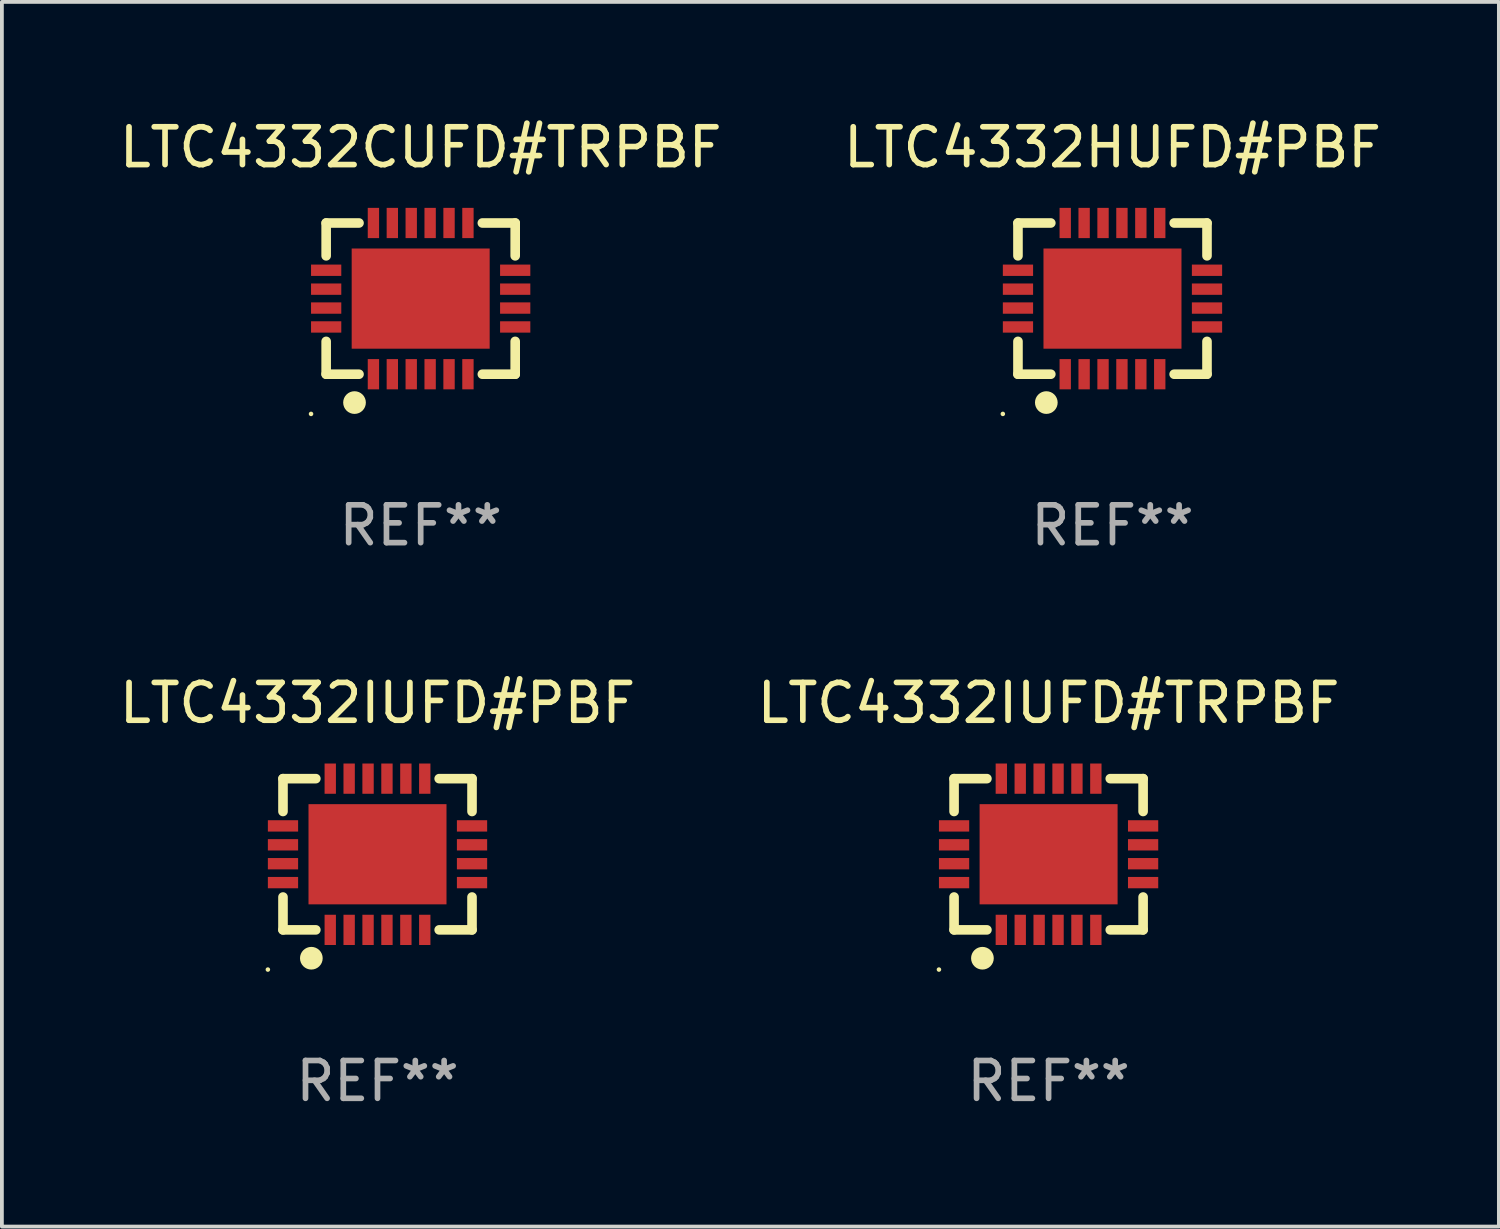
<source format=kicad_pcb>
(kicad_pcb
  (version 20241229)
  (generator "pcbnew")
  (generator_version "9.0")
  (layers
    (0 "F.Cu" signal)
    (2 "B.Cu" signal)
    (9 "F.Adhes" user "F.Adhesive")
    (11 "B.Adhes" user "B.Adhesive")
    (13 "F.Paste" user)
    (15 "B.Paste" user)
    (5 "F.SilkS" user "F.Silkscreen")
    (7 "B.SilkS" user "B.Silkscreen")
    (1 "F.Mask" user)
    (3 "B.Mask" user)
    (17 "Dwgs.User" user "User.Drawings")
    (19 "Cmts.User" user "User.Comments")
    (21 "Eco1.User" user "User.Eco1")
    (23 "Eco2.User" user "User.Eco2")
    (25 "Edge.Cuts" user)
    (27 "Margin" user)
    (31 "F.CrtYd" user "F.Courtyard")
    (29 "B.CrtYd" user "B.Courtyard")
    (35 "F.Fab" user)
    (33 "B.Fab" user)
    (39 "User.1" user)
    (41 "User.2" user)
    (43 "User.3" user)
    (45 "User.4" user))
  (footprint "LTC4332HUFD#PBF"
    (layer "F.Cu")
    (at 26.375 4.848)
    (property "Reference" "LTC4332HUFD#PBF" (at 0 -4 0) (layer "F.SilkS") (effects (font (size 1 1) (thickness 0.15))))
    (attr through_hole)
    (fp_line (start -2.5 -2) (end -1.631 -2) (stroke (width 0.254) (type solid)) (layer "F.SilkS"))
    (fp_line (start -2.5 -1.131) (end -2.5 -2) (stroke (width 0.254) (type solid)) (layer "F.SilkS"))
    (fp_line (start -2.5 2) (end -2.5 1.131) (stroke (width 0.254) (type solid)) (layer "F.SilkS"))
    (fp_line (start -1.631 2) (end -2.5 2) (stroke (width 0.254) (type solid)) (layer "F.SilkS"))
    (fp_line (start 1.631 -2) (end 2.5 -2) (stroke (width 0.254) (type solid)) (layer "F.SilkS"))
    (fp_line (start 2.5 -2) (end 2.5 -1.131) (stroke (width 0.254) (type solid)) (layer "F.SilkS"))
    (fp_line (start 2.5 1.131) (end 2.5 2) (stroke (width 0.254) (type solid)) (layer "F.SilkS"))
    (fp_line (start 2.5 2) (end 1.631 2) (stroke (width 0.254) (type solid)) (layer "F.SilkS"))
    (fp_circle (center -2.9 3.05) (end -2.87 3.05) (stroke (width 0.06) (type solid)) (fill no) (layer "F.SilkS"))
    (fp_circle (center -1.75 2.75) (end -1.6 2.75) (stroke (width 0.3) (type solid)) (fill no) (layer "F.SilkS"))
    (fp_text user "REF**" (at 0 6 0) (layer "F.Fab") (effects (font (size 1 1) (thickness 0.15))))
    (pad "1" smd rect (at -1.25 2 90) (size 0.8 0.3) (layers "F.Cu" "F.Mask" "F.Paste"))
    (pad "2" smd rect (at -0.75 2 90) (size 0.8 0.3) (layers "F.Cu" "F.Mask" "F.Paste"))
    (pad "3" smd rect (at -0.25 2 90) (size 0.8 0.3) (layers "F.Cu" "F.Mask" "F.Paste"))
    (pad "4" smd rect (at 0.25 2 90) (size 0.8 0.3) (layers "F.Cu" "F.Mask" "F.Paste"))
    (pad "5" smd rect (at 0.75 2 90) (size 0.8 0.3) (layers "F.Cu" "F.Mask" "F.Paste"))
    (pad "6" smd rect (at 1.25 2 90) (size 0.8 0.3) (layers "F.Cu" "F.Mask" "F.Paste"))
    (pad "7" smd rect (at 2.5 0.75 180) (size 0.8 0.3) (layers "F.Cu" "F.Mask" "F.Paste"))
    (pad "8" smd rect (at 2.5 0.25 180) (size 0.8 0.3) (layers "F.Cu" "F.Mask" "F.Paste"))
    (pad "9" smd rect (at 2.5 -0.25 180) (size 0.8 0.3) (layers "F.Cu" "F.Mask" "F.Paste"))
    (pad "10" smd rect (at 2.5 -0.75 180) (size 0.8 0.3) (layers "F.Cu" "F.Mask" "F.Paste"))
    (pad "11" smd rect (at 1.25 -2 270) (size 0.8 0.3) (layers "F.Cu" "F.Mask" "F.Paste"))
    (pad "12" smd rect (at 0.75 -2 270) (size 0.8 0.3) (layers "F.Cu" "F.Mask" "F.Paste"))
    (pad "13" smd rect (at 0.25 -2 270) (size 0.8 0.3) (layers "F.Cu" "F.Mask" "F.Paste"))
    (pad "14" smd rect (at -0.25 -2 270) (size 0.8 0.3) (layers "F.Cu" "F.Mask" "F.Paste"))
    (pad "15" smd rect (at -0.75 -2 270) (size 0.8 0.3) (layers "F.Cu" "F.Mask" "F.Paste"))
    (pad "16" smd rect (at -1.25 -2 270) (size 0.8 0.3) (layers "F.Cu" "F.Mask" "F.Paste"))
    (pad "17" smd rect (at -2.5 -0.75) (size 0.8 0.3) (layers "F.Cu" "F.Mask" "F.Paste"))
    (pad "18" smd rect (at -2.5 -0.25) (size 0.8 0.3) (layers "F.Cu" "F.Mask" "F.Paste"))
    (pad "19" smd rect (at -2.5 0.25) (size 0.8 0.3) (layers "F.Cu" "F.Mask" "F.Paste"))
    (pad "20" smd rect (at -2.5 0.75) (size 0.8 0.3) (layers "F.Cu" "F.Mask" "F.Paste"))
    (pad "21" smd rect (at 0 0) (size 3.65 2.65) (layers "F.Cu" "F.Mask" "F.Paste")))
  (footprint "LTC4332IUFD#TRPBF"
    (layer "F.Cu")
    (at 24.685 19.545)
    (property "Reference" "LTC4332IUFD#TRPBF" (at 0 -4 0) (layer "F.SilkS") (effects (font (size 1 1) (thickness 0.15))))
    (attr through_hole)
    (fp_line (start -2.5 -2) (end -1.631 -2) (stroke (width 0.254) (type solid)) (layer "F.SilkS"))
    (fp_line (start -2.5 -1.131) (end -2.5 -2) (stroke (width 0.254) (type solid)) (layer "F.SilkS"))
    (fp_line (start -2.5 2) (end -2.5 1.131) (stroke (width 0.254) (type solid)) (layer "F.SilkS"))
    (fp_line (start -1.631 2) (end -2.5 2) (stroke (width 0.254) (type solid)) (layer "F.SilkS"))
    (fp_line (start 1.631 -2) (end 2.5 -2) (stroke (width 0.254) (type solid)) (layer "F.SilkS"))
    (fp_line (start 2.5 -2) (end 2.5 -1.131) (stroke (width 0.254) (type solid)) (layer "F.SilkS"))
    (fp_line (start 2.5 1.131) (end 2.5 2) (stroke (width 0.254) (type solid)) (layer "F.SilkS"))
    (fp_line (start 2.5 2) (end 1.631 2) (stroke (width 0.254) (type solid)) (layer "F.SilkS"))
    (fp_circle (center -2.9 3.05) (end -2.87 3.05) (stroke (width 0.06) (type solid)) (fill no) (layer "F.SilkS"))
    (fp_circle (center -1.75 2.75) (end -1.6 2.75) (stroke (width 0.3) (type solid)) (fill no) (layer "F.SilkS"))
    (fp_text user "REF**" (at 0 6 0) (layer "F.Fab") (effects (font (size 1 1) (thickness 0.15))))
    (pad "1" smd rect (at -1.25 2 90) (size 0.8 0.3) (layers "F.Cu" "F.Mask" "F.Paste"))
    (pad "2" smd rect (at -0.75 2 90) (size 0.8 0.3) (layers "F.Cu" "F.Mask" "F.Paste"))
    (pad "3" smd rect (at -0.25 2 90) (size 0.8 0.3) (layers "F.Cu" "F.Mask" "F.Paste"))
    (pad "4" smd rect (at 0.25 2 90) (size 0.8 0.3) (layers "F.Cu" "F.Mask" "F.Paste"))
    (pad "5" smd rect (at 0.75 2 90) (size 0.8 0.3) (layers "F.Cu" "F.Mask" "F.Paste"))
    (pad "6" smd rect (at 1.25 2 90) (size 0.8 0.3) (layers "F.Cu" "F.Mask" "F.Paste"))
    (pad "7" smd rect (at 2.5 0.75 180) (size 0.8 0.3) (layers "F.Cu" "F.Mask" "F.Paste"))
    (pad "8" smd rect (at 2.5 0.25 180) (size 0.8 0.3) (layers "F.Cu" "F.Mask" "F.Paste"))
    (pad "9" smd rect (at 2.5 -0.25 180) (size 0.8 0.3) (layers "F.Cu" "F.Mask" "F.Paste"))
    (pad "10" smd rect (at 2.5 -0.75 180) (size 0.8 0.3) (layers "F.Cu" "F.Mask" "F.Paste"))
    (pad "11" smd rect (at 1.25 -2 270) (size 0.8 0.3) (layers "F.Cu" "F.Mask" "F.Paste"))
    (pad "12" smd rect (at 0.75 -2 270) (size 0.8 0.3) (layers "F.Cu" "F.Mask" "F.Paste"))
    (pad "13" smd rect (at 0.25 -2 270) (size 0.8 0.3) (layers "F.Cu" "F.Mask" "F.Paste"))
    (pad "14" smd rect (at -0.25 -2 270) (size 0.8 0.3) (layers "F.Cu" "F.Mask" "F.Paste"))
    (pad "15" smd rect (at -0.75 -2 270) (size 0.8 0.3) (layers "F.Cu" "F.Mask" "F.Paste"))
    (pad "16" smd rect (at -1.25 -2 270) (size 0.8 0.3) (layers "F.Cu" "F.Mask" "F.Paste"))
    (pad "17" smd rect (at -2.5 -0.75) (size 0.8 0.3) (layers "F.Cu" "F.Mask" "F.Paste"))
    (pad "18" smd rect (at -2.5 -0.25) (size 0.8 0.3) (layers "F.Cu" "F.Mask" "F.Paste"))
    (pad "19" smd rect (at -2.5 0.25) (size 0.8 0.3) (layers "F.Cu" "F.Mask" "F.Paste"))
    (pad "20" smd rect (at -2.5 0.75) (size 0.8 0.3) (layers "F.Cu" "F.Mask" "F.Paste"))
    (pad "21" smd rect (at 0 0) (size 3.65 2.65) (layers "F.Cu" "F.Mask" "F.Paste")))
  (footprint "LTC4332CUFD#TRPBF"
    (layer "F.Cu")
    (at 8.077 4.848)
    (property "Reference" "LTC4332CUFD#TRPBF" (at 0 -4 0) (layer "F.SilkS") (effects (font (size 1 1) (thickness 0.15))))
    (attr through_hole)
    (fp_line (start -2.5 -2) (end -1.631 -2) (stroke (width 0.254) (type solid)) (layer "F.SilkS"))
    (fp_line (start -2.5 -1.131) (end -2.5 -2) (stroke (width 0.254) (type solid)) (layer "F.SilkS"))
    (fp_line (start -2.5 2) (end -2.5 1.131) (stroke (width 0.254) (type solid)) (layer "F.SilkS"))
    (fp_line (start -1.631 2) (end -2.5 2) (stroke (width 0.254) (type solid)) (layer "F.SilkS"))
    (fp_line (start 1.631 -2) (end 2.5 -2) (stroke (width 0.254) (type solid)) (layer "F.SilkS"))
    (fp_line (start 2.5 -2) (end 2.5 -1.131) (stroke (width 0.254) (type solid)) (layer "F.SilkS"))
    (fp_line (start 2.5 1.131) (end 2.5 2) (stroke (width 0.254) (type solid)) (layer "F.SilkS"))
    (fp_line (start 2.5 2) (end 1.631 2) (stroke (width 0.254) (type solid)) (layer "F.SilkS"))
    (fp_circle (center -2.9 3.05) (end -2.87 3.05) (stroke (width 0.06) (type solid)) (fill no) (layer "F.SilkS"))
    (fp_circle (center -1.75 2.75) (end -1.6 2.75) (stroke (width 0.3) (type solid)) (fill no) (layer "F.SilkS"))
    (fp_text user "REF**" (at 0 6 0) (layer "F.Fab") (effects (font (size 1 1) (thickness 0.15))))
    (pad "1" smd rect (at -1.25 2 90) (size 0.8 0.3) (layers "F.Cu" "F.Mask" "F.Paste"))
    (pad "2" smd rect (at -0.75 2 90) (size 0.8 0.3) (layers "F.Cu" "F.Mask" "F.Paste"))
    (pad "3" smd rect (at -0.25 2 90) (size 0.8 0.3) (layers "F.Cu" "F.Mask" "F.Paste"))
    (pad "4" smd rect (at 0.25 2 90) (size 0.8 0.3) (layers "F.Cu" "F.Mask" "F.Paste"))
    (pad "5" smd rect (at 0.75 2 90) (size 0.8 0.3) (layers "F.Cu" "F.Mask" "F.Paste"))
    (pad "6" smd rect (at 1.25 2 90) (size 0.8 0.3) (layers "F.Cu" "F.Mask" "F.Paste"))
    (pad "7" smd rect (at 2.5 0.75 180) (size 0.8 0.3) (layers "F.Cu" "F.Mask" "F.Paste"))
    (pad "8" smd rect (at 2.5 0.25 180) (size 0.8 0.3) (layers "F.Cu" "F.Mask" "F.Paste"))
    (pad "9" smd rect (at 2.5 -0.25 180) (size 0.8 0.3) (layers "F.Cu" "F.Mask" "F.Paste"))
    (pad "10" smd rect (at 2.5 -0.75 180) (size 0.8 0.3) (layers "F.Cu" "F.Mask" "F.Paste"))
    (pad "11" smd rect (at 1.25 -2 270) (size 0.8 0.3) (layers "F.Cu" "F.Mask" "F.Paste"))
    (pad "12" smd rect (at 0.75 -2 270) (size 0.8 0.3) (layers "F.Cu" "F.Mask" "F.Paste"))
    (pad "13" smd rect (at 0.25 -2 270) (size 0.8 0.3) (layers "F.Cu" "F.Mask" "F.Paste"))
    (pad "14" smd rect (at -0.25 -2 270) (size 0.8 0.3) (layers "F.Cu" "F.Mask" "F.Paste"))
    (pad "15" smd rect (at -0.75 -2 270) (size 0.8 0.3) (layers "F.Cu" "F.Mask" "F.Paste"))
    (pad "16" smd rect (at -1.25 -2 270) (size 0.8 0.3) (layers "F.Cu" "F.Mask" "F.Paste"))
    (pad "17" smd rect (at -2.5 -0.75) (size 0.8 0.3) (layers "F.Cu" "F.Mask" "F.Paste"))
    (pad "18" smd rect (at -2.5 -0.25) (size 0.8 0.3) (layers "F.Cu" "F.Mask" "F.Paste"))
    (pad "19" smd rect (at -2.5 0.25) (size 0.8 0.3) (layers "F.Cu" "F.Mask" "F.Paste"))
    (pad "20" smd rect (at -2.5 0.75) (size 0.8 0.3) (layers "F.Cu" "F.Mask" "F.Paste"))
    (pad "21" smd rect (at 0 0) (size 3.65 2.65) (layers "F.Cu" "F.Mask" "F.Paste")))
  (footprint "LTC4332IUFD#PBF"
    (layer "F.Cu")
    (at 6.935 19.545)
    (property "Reference" "LTC4332IUFD#PBF" (at 0 -4 0) (layer "F.SilkS") (effects (font (size 1 1) (thickness 0.15))))
    (attr through_hole)
    (fp_line (start -2.5 -2) (end -1.631 -2) (stroke (width 0.254) (type solid)) (layer "F.SilkS"))
    (fp_line (start -2.5 -1.131) (end -2.5 -2) (stroke (width 0.254) (type solid)) (layer "F.SilkS"))
    (fp_line (start -2.5 2) (end -2.5 1.131) (stroke (width 0.254) (type solid)) (layer "F.SilkS"))
    (fp_line (start -1.631 2) (end -2.5 2) (stroke (width 0.254) (type solid)) (layer "F.SilkS"))
    (fp_line (start 1.631 -2) (end 2.5 -2) (stroke (width 0.254) (type solid)) (layer "F.SilkS"))
    (fp_line (start 2.5 -2) (end 2.5 -1.131) (stroke (width 0.254) (type solid)) (layer "F.SilkS"))
    (fp_line (start 2.5 1.131) (end 2.5 2) (stroke (width 0.254) (type solid)) (layer "F.SilkS"))
    (fp_line (start 2.5 2) (end 1.631 2) (stroke (width 0.254) (type solid)) (layer "F.SilkS"))
    (fp_circle (center -2.9 3.05) (end -2.87 3.05) (stroke (width 0.06) (type solid)) (fill no) (layer "F.SilkS"))
    (fp_circle (center -1.75 2.75) (end -1.6 2.75) (stroke (width 0.3) (type solid)) (fill no) (layer "F.SilkS"))
    (fp_text user "REF**" (at 0 6 0) (layer "F.Fab") (effects (font (size 1 1) (thickness 0.15))))
    (pad "1" smd rect (at -1.25 2 90) (size 0.8 0.3) (layers "F.Cu" "F.Mask" "F.Paste"))
    (pad "2" smd rect (at -0.75 2 90) (size 0.8 0.3) (layers "F.Cu" "F.Mask" "F.Paste"))
    (pad "3" smd rect (at -0.25 2 90) (size 0.8 0.3) (layers "F.Cu" "F.Mask" "F.Paste"))
    (pad "4" smd rect (at 0.25 2 90) (size 0.8 0.3) (layers "F.Cu" "F.Mask" "F.Paste"))
    (pad "5" smd rect (at 0.75 2 90) (size 0.8 0.3) (layers "F.Cu" "F.Mask" "F.Paste"))
    (pad "6" smd rect (at 1.25 2 90) (size 0.8 0.3) (layers "F.Cu" "F.Mask" "F.Paste"))
    (pad "7" smd rect (at 2.5 0.75 180) (size 0.8 0.3) (layers "F.Cu" "F.Mask" "F.Paste"))
    (pad "8" smd rect (at 2.5 0.25 180) (size 0.8 0.3) (layers "F.Cu" "F.Mask" "F.Paste"))
    (pad "9" smd rect (at 2.5 -0.25 180) (size 0.8 0.3) (layers "F.Cu" "F.Mask" "F.Paste"))
    (pad "10" smd rect (at 2.5 -0.75 180) (size 0.8 0.3) (layers "F.Cu" "F.Mask" "F.Paste"))
    (pad "11" smd rect (at 1.25 -2 270) (size 0.8 0.3) (layers "F.Cu" "F.Mask" "F.Paste"))
    (pad "12" smd rect (at 0.75 -2 270) (size 0.8 0.3) (layers "F.Cu" "F.Mask" "F.Paste"))
    (pad "13" smd rect (at 0.25 -2 270) (size 0.8 0.3) (layers "F.Cu" "F.Mask" "F.Paste"))
    (pad "14" smd rect (at -0.25 -2 270) (size 0.8 0.3) (layers "F.Cu" "F.Mask" "F.Paste"))
    (pad "15" smd rect (at -0.75 -2 270) (size 0.8 0.3) (layers "F.Cu" "F.Mask" "F.Paste"))
    (pad "16" smd rect (at -1.25 -2 270) (size 0.8 0.3) (layers "F.Cu" "F.Mask" "F.Paste"))
    (pad "17" smd rect (at -2.5 -0.75) (size 0.8 0.3) (layers "F.Cu" "F.Mask" "F.Paste"))
    (pad "18" smd rect (at -2.5 -0.25) (size 0.8 0.3) (layers "F.Cu" "F.Mask" "F.Paste"))
    (pad "19" smd rect (at -2.5 0.25) (size 0.8 0.3) (layers "F.Cu" "F.Mask" "F.Paste"))
    (pad "20" smd rect (at -2.5 0.75) (size 0.8 0.3) (layers "F.Cu" "F.Mask" "F.Paste"))
    (pad "21" smd rect (at 0 0) (size 3.65 2.65) (layers "F.Cu" "F.Mask" "F.Paste")))
  (gr_rect
    (start -3 -3)
    (end 36.595 29.393)
    (stroke (width 0.1) (type default))
    (fill no)
    (layer "Edge.Cuts")))
</source>
